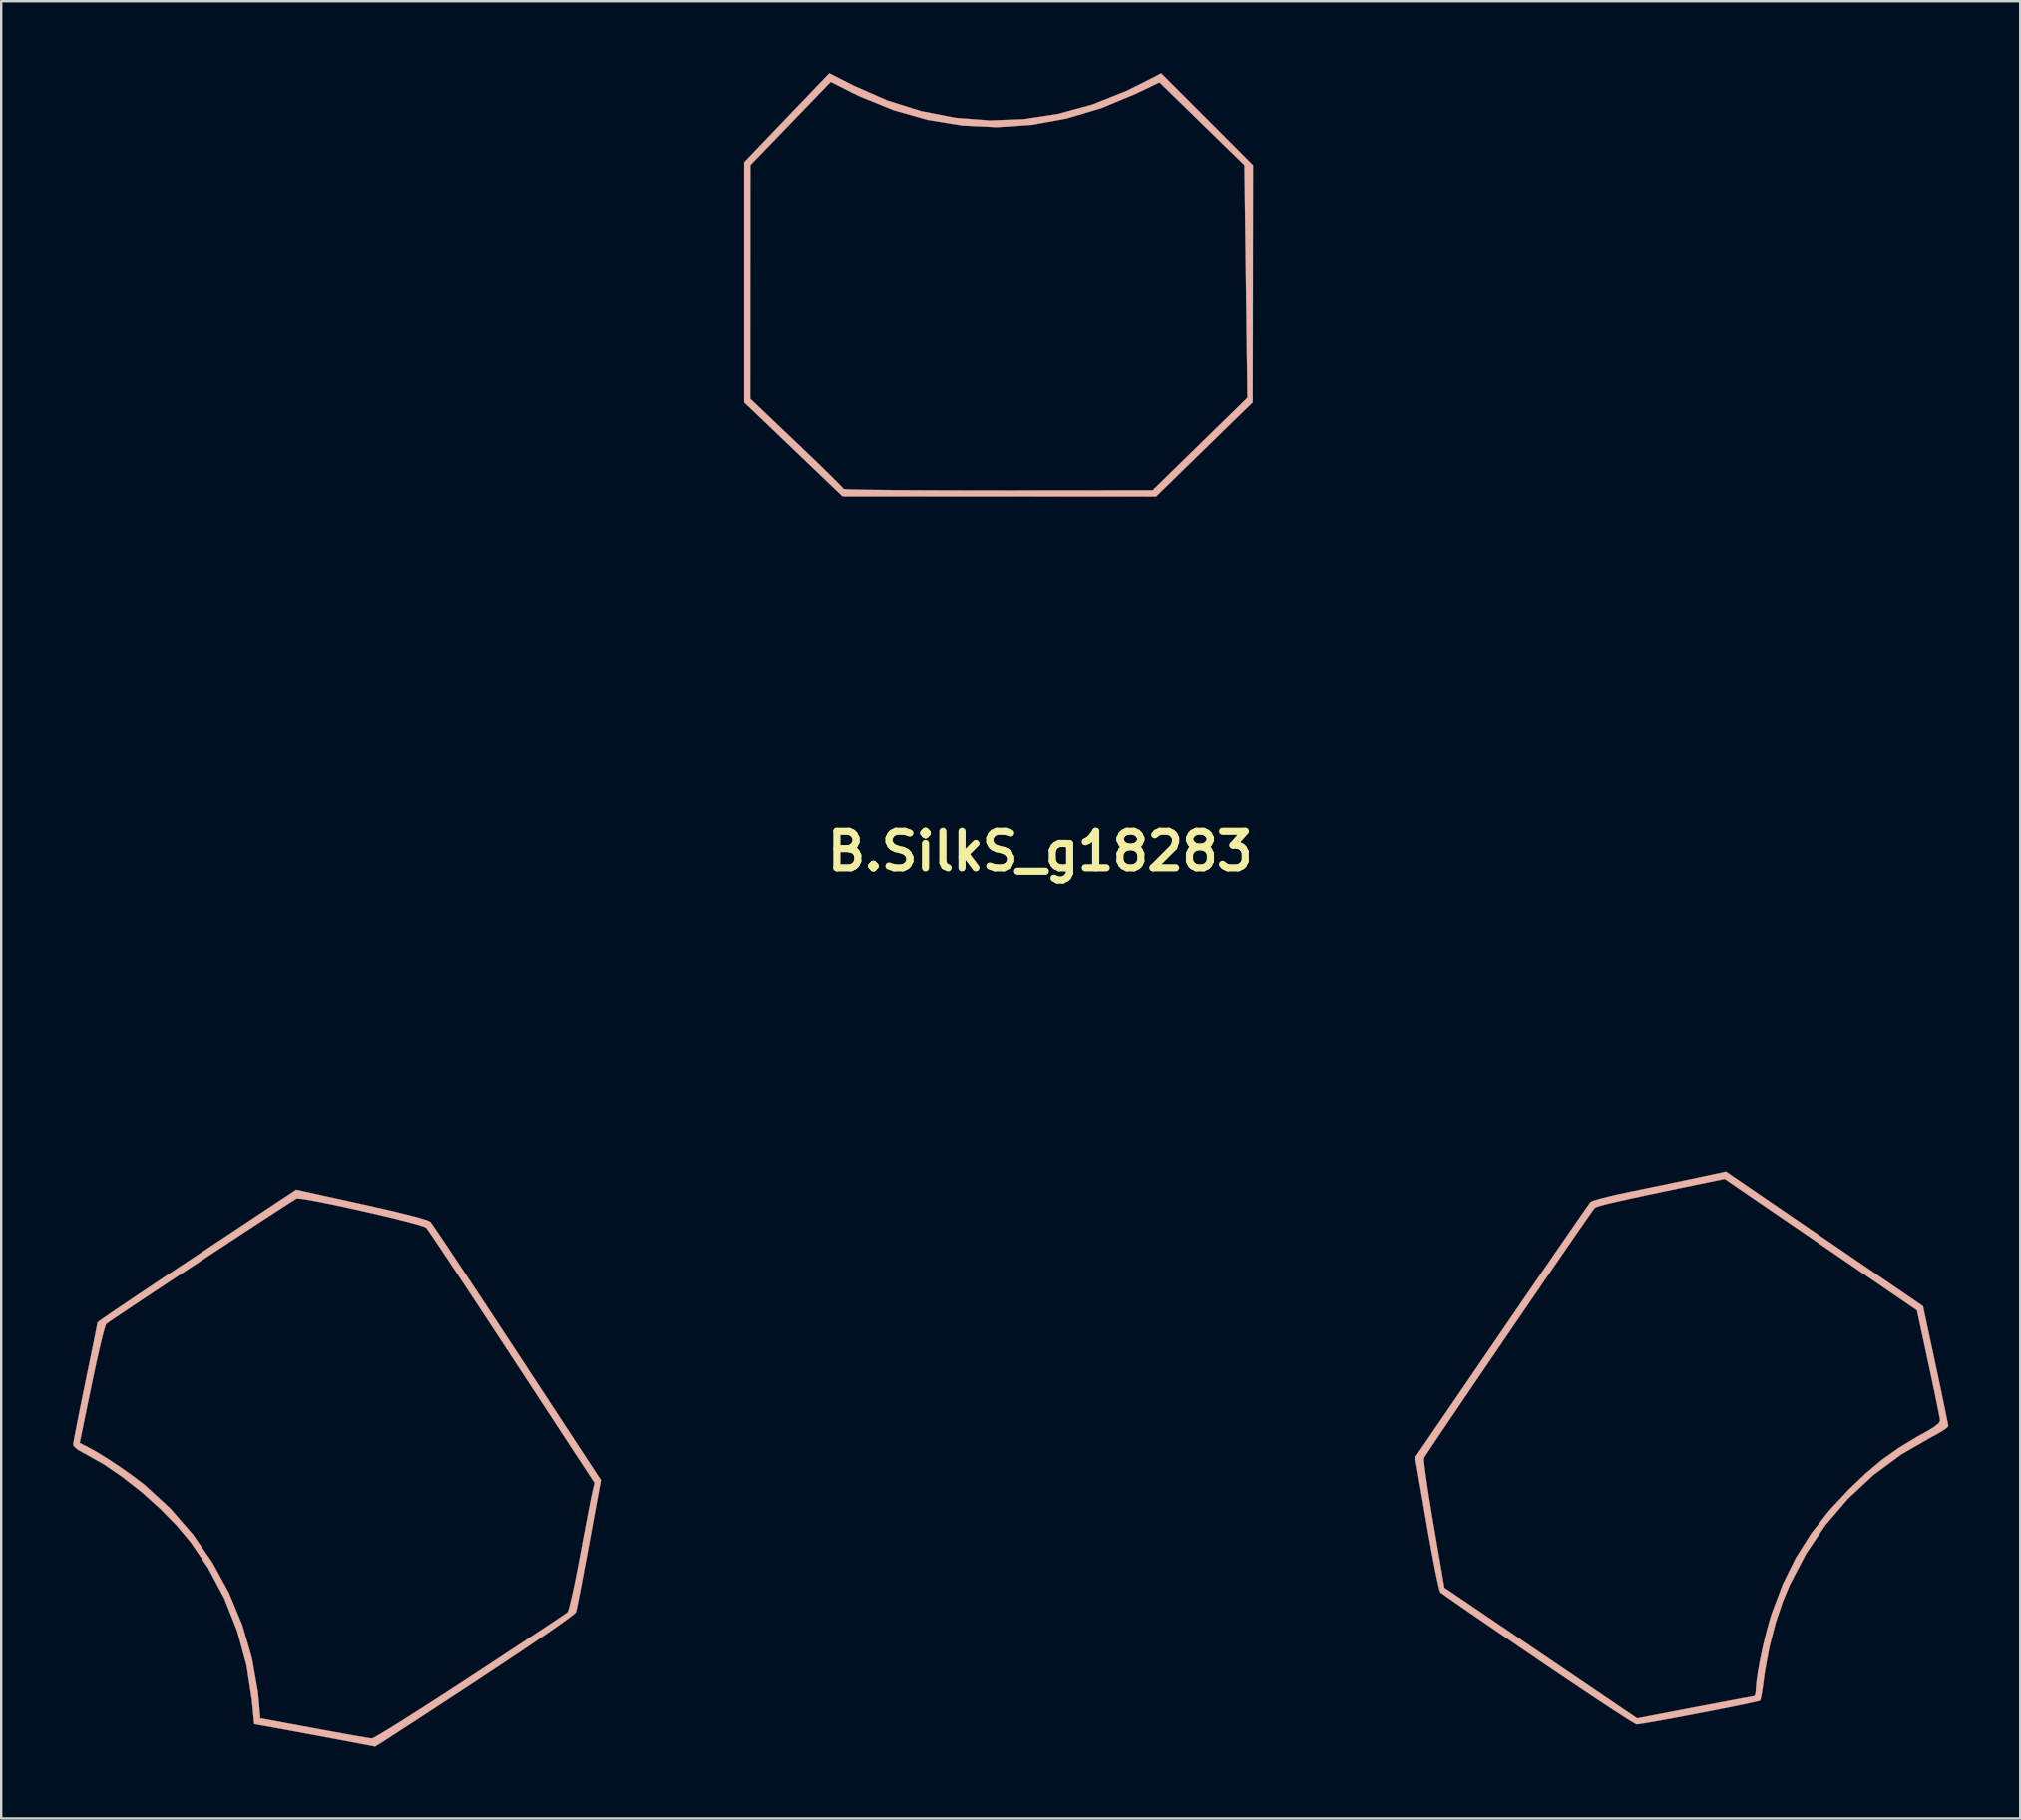
<source format=kicad_pcb>
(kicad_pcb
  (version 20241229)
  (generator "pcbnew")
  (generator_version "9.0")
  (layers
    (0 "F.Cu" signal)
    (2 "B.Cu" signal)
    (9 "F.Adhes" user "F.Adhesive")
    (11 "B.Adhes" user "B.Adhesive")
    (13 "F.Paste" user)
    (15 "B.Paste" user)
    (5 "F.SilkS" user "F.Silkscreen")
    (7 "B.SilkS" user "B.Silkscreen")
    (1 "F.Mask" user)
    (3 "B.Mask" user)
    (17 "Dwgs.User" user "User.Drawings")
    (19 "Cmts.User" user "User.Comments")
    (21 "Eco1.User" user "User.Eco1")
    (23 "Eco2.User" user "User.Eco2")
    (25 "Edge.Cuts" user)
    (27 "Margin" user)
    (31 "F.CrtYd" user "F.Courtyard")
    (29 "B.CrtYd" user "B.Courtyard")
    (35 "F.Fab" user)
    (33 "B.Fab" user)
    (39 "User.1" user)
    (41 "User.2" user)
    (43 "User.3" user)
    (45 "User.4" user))
  (footprint "B.SilkS_g18283"
    (layer "F.Cu")
    (at 40.391 32.499)
    (property "Reference" "B.SilkS_g18283" (at 0 0 0) (layer "F.SilkS") (effects (font (size 1.524 1.524) (thickness 0.3))))
    (attr through_hole)
    (fp_poly (pts (xy -7.77 -31.969) (xy -6.382 -31.359) (xy -4.971 -30.915) (xy -3.544 -30.637) (xy -2.108 -30.525) (xy -0.672 -30.58) (xy 0.758 -30.801) (xy 2.173 -31.188) (xy 3.567 -31.741) (xy 4.092 -31.997) (xy 5.059 -32.492) (xy 6.975 -30.575) (xy 8.89 -28.658) (xy 8.884 -23.706) (xy 8.878 -18.754) (xy 4.842 -14.817) (xy -8.255 -14.825) (xy -10.308 -16.788) (xy -12.361 -18.751) (xy -12.361 -18.904) (xy -12.107 -18.904) (xy -10.16 -17.051) (xy -9.684 -16.597) (xy -9.251 -16.179) (xy -8.874 -15.812) (xy -8.568 -15.51) (xy -8.349 -15.288) (xy -8.23 -15.16) (xy -8.213 -15.135) (xy -8.13 -15.125) (xy -7.891 -15.115) (xy -7.509 -15.106) (xy -6.996 -15.098) (xy -6.366 -15.091) (xy -5.632 -15.085) (xy -4.806 -15.081) (xy -3.902 -15.077) (xy -2.932 -15.075) (xy -1.91 -15.075) (xy -1.757 -15.075) (xy 4.699 -15.08) (xy 6.677 -17.012) (xy 8.655 -18.945) (xy 8.592 -23.802) (xy 8.529 -28.66) (xy 6.759 -30.386) (xy 4.988 -32.113) (xy 3.997 -31.639) (xy 2.558 -31.04) (xy 1.108 -30.607) (xy -0.348 -30.342) (xy -1.804 -30.244) (xy -3.256 -30.313) (xy -4.697 -30.549) (xy -6.122 -30.953) (xy -7.526 -31.523) (xy -7.9 -31.705) (xy -8.749 -32.134) (xy -12.101 -28.66) (xy -12.104 -23.782) (xy -12.107 -18.904) (xy -12.361 -18.904) (xy -12.361 -28.782) (xy -10.585 -30.638) (xy -8.808 -32.494) (xy -7.77 -31.969)) (stroke (width 0.01) (type solid)) (fill yes) (layer "B.SilkS"))
    (fp_poly (pts (xy 36.872 19.019) (xy 37.398 21.469) (xy 37.531 22.093) (xy 37.652 22.665) (xy 37.756 23.164) (xy 37.839 23.569) (xy 37.897 23.857) (xy 37.925 24.008) (xy 37.927 24.023) (xy 37.858 24.105) (xy 37.669 24.236) (xy 37.394 24.395) (xy 37.232 24.479) (xy 35.964 25.209) (xy 34.797 26.073) (xy 33.739 27.059) (xy 32.798 28.158) (xy 31.985 29.361) (xy 31.307 30.658) (xy 31.019 31.345) (xy 30.714 32.251) (xy 30.458 33.249) (xy 30.269 34.262) (xy 30.223 34.601) (xy 30.174 34.96) (xy 30.127 35.254) (xy 30.086 35.444) (xy 30.068 35.492) (xy 29.975 35.521) (xy 29.741 35.575) (xy 29.391 35.651) (xy 28.948 35.742) (xy 28.437 35.844) (xy 27.885 35.952) (xy 27.315 36.062) (xy 26.752 36.169) (xy 26.222 36.268) (xy 25.748 36.354) (xy 25.356 36.422) (xy 25.071 36.468) (xy 24.918 36.487) (xy 24.907 36.487) (xy 24.813 36.44) (xy 24.591 36.306) (xy 24.257 36.092) (xy 23.821 35.809) (xy 23.298 35.464) (xy 22.7 35.066) (xy 22.04 34.624) (xy 21.331 34.146) (xy 20.787 33.777) (xy 20.052 33.275) (xy 19.357 32.801) (xy 18.715 32.361) (xy 18.14 31.966) (xy 17.645 31.624) (xy 17.241 31.344) (xy 16.942 31.134) (xy 16.762 31.005) (xy 16.712 30.966) (xy 16.674 30.86) (xy 16.613 30.607) (xy 16.532 30.228) (xy 16.436 29.743) (xy 16.329 29.174) (xy 16.214 28.539) (xy 16.137 28.097) (xy 15.665 25.363) (xy 16.03 25.363) (xy 16.031 25.479) (xy 16.058 25.74) (xy 16.109 26.125) (xy 16.181 26.614) (xy 16.271 27.183) (xy 16.374 27.813) (xy 16.43 28.141) (xy 16.884 30.777) (xy 20.908 33.507) (xy 21.644 34.007) (xy 22.337 34.477) (xy 22.974 34.909) (xy 23.543 35.295) (xy 24.031 35.626) (xy 24.427 35.894) (xy 24.716 36.09) (xy 24.888 36.207) (xy 24.933 36.237) (xy 25.013 36.221) (xy 25.239 36.178) (xy 25.589 36.111) (xy 26.044 36.023) (xy 26.583 35.919) (xy 27.184 35.804) (xy 27.347 35.772) (xy 27.965 35.654) (xy 28.529 35.547) (xy 29.017 35.454) (xy 29.409 35.381) (xy 29.682 35.331) (xy 29.815 35.308) (xy 29.824 35.307) (xy 29.869 35.233) (xy 29.887 35.06) (xy 29.911 34.733) (xy 29.975 34.285) (xy 30.072 33.758) (xy 30.192 33.193) (xy 30.328 32.631) (xy 30.47 32.115) (xy 30.559 31.832) (xy 31.018 30.624) (xy 31.559 29.529) (xy 32.202 28.51) (xy 32.971 27.532) (xy 33.779 26.667) (xy 34.483 25.997) (xy 35.155 25.434) (xy 35.848 24.941) (xy 36.612 24.478) (xy 36.936 24.299) (xy 37.297 24.088) (xy 37.517 23.92) (xy 37.587 23.805) (xy 37.569 23.688) (xy 37.519 23.428) (xy 37.442 23.049) (xy 37.344 22.573) (xy 37.228 22.025) (xy 37.1 21.429) (xy 36.618 19.193) (xy 32.602 16.445) (xy 28.587 13.698) (xy 27.946 13.83) (xy 26.905 14.045) (xy 26.02 14.23) (xy 25.278 14.387) (xy 24.668 14.518) (xy 24.179 14.627) (xy 23.8 14.715) (xy 23.519 14.785) (xy 23.326 14.841) (xy 23.208 14.884) (xy 23.156 14.915) (xy 23.085 15.009) (xy 22.93 15.229) (xy 22.698 15.561) (xy 22.4 15.992) (xy 22.045 16.508) (xy 21.641 17.096) (xy 21.198 17.742) (xy 20.725 18.433) (xy 20.231 19.155) (xy 19.725 19.895) (xy 19.218 20.64) (xy 18.717 21.375) (xy 18.232 22.088) (xy 17.772 22.765) (xy 17.347 23.393) (xy 16.965 23.957) (xy 16.636 24.445) (xy 16.369 24.843) (xy 16.174 25.138) (xy 16.058 25.316) (xy 16.03 25.363) (xy 15.665 25.363) (xy 15.66 25.333) (xy 19.271 20.054) (xy 19.851 19.205) (xy 20.406 18.395) (xy 20.927 17.636) (xy 21.407 16.938) (xy 21.837 16.313) (xy 22.211 15.771) (xy 22.52 15.324) (xy 22.757 14.983) (xy 22.915 14.759) (xy 22.985 14.663) (xy 22.987 14.661) (xy 23.1 14.609) (xy 23.352 14.533) (xy 23.714 14.44) (xy 24.16 14.335) (xy 24.662 14.228) (xy 24.691 14.222) (xy 25.298 14.098) (xy 25.949 13.963) (xy 26.588 13.83) (xy 27.156 13.71) (xy 27.466 13.644) (xy 28.643 13.391) (xy 36.872 19.019)) (stroke (width 0.01) (type solid)) (fill yes) (layer "B.SilkS"))
    (fp_poly (pts (xy -28.342 14.749) (xy -27.553 14.926) (xy -26.873 15.086) (xy -26.314 15.224) (xy -25.887 15.338) (xy -25.604 15.426) (xy -25.474 15.485) (xy -25.473 15.486) (xy -25.405 15.577) (xy -25.252 15.799) (xy -25.022 16.14) (xy -24.722 16.588) (xy -24.359 17.134) (xy -23.941 17.764) (xy -23.476 18.468) (xy -22.97 19.235) (xy -22.433 20.053) (xy -21.87 20.911) (xy -21.843 20.953) (xy -18.352 26.284) (xy -18.842 28.954) (xy -18.963 29.611) (xy -19.078 30.221) (xy -19.181 30.762) (xy -19.269 31.212) (xy -19.337 31.549) (xy -19.382 31.753) (xy -19.395 31.799) (xy -19.479 31.883) (xy -19.698 32.053) (xy -20.045 32.303) (xy -20.512 32.629) (xy -21.091 33.026) (xy -21.775 33.487) (xy -22.556 34.008) (xy -23.427 34.583) (xy -23.602 34.699) (xy -24.354 35.192) (xy -25.064 35.657) (xy -25.717 36.085) (xy -26.304 36.467) (xy -26.809 36.795) (xy -27.222 37.062) (xy -27.53 37.26) (xy -27.72 37.379) (xy -27.78 37.413) (xy -27.869 37.395) (xy -28.1 37.351) (xy -28.446 37.286) (xy -28.883 37.203) (xy -29.385 37.109) (xy -29.506 37.086) (xy -30.087 36.977) (xy -30.672 36.868) (xy -31.219 36.767) (xy -31.684 36.681) (xy -32.012 36.622) (xy -32.824 36.476) (xy -32.921 35.479) (xy -33.147 34.015) (xy -33.533 32.595) (xy -34.071 31.233) (xy -34.758 29.942) (xy -35.472 28.889) (xy -36.053 28.192) (xy -36.743 27.487) (xy -37.504 26.804) (xy -38.299 26.176) (xy -39.092 25.632) (xy -39.845 25.205) (xy -39.899 25.178) (xy -40.19 25.015) (xy -40.356 24.872) (xy -40.386 24.801) (xy -40.376 24.729) (xy -40.113 24.729) (xy -39.763 24.906) (xy -39.378 25.12) (xy -38.91 25.41) (xy -38.404 25.746) (xy -37.908 26.097) (xy -37.469 26.43) (xy -37.37 26.509) (xy -36.32 27.474) (xy -35.381 28.558) (xy -34.562 29.741) (xy -33.873 31.008) (xy -33.321 32.34) (xy -32.918 33.72) (xy -32.671 35.131) (xy -32.63 35.537) (xy -32.573 36.234) (xy -32.309 36.282) (xy -32.153 36.311) (xy -31.857 36.366) (xy -31.449 36.442) (xy -30.955 36.533) (xy -30.403 36.635) (xy -30.057 36.7) (xy -29.49 36.804) (xy -28.973 36.897) (xy -28.531 36.976) (xy -28.188 37.034) (xy -27.971 37.069) (xy -27.91 37.076) (xy -27.812 37.032) (xy -27.586 36.903) (xy -27.245 36.698) (xy -26.803 36.424) (xy -26.273 36.089) (xy -25.669 35.704) (xy -25.003 35.275) (xy -24.289 34.811) (xy -23.804 34.493) (xy -23.066 34.009) (xy -22.37 33.551) (xy -21.727 33.127) (xy -21.152 32.746) (xy -20.658 32.418) (xy -20.257 32.15) (xy -19.963 31.952) (xy -19.789 31.832) (xy -19.746 31.8) (xy -19.702 31.692) (xy -19.634 31.44) (xy -19.547 31.067) (xy -19.446 30.596) (xy -19.336 30.05) (xy -19.223 29.458) (xy -19.108 28.84) (xy -18.998 28.256) (xy -18.898 27.732) (xy -18.814 27.297) (xy -18.751 26.976) (xy -18.715 26.809) (xy -18.622 26.397) (xy -22.064 21.136) (xy -22.624 20.282) (xy -23.159 19.467) (xy -23.661 18.703) (xy -24.124 18.001) (xy -24.54 17.373) (xy -24.901 16.83) (xy -25.199 16.383) (xy -25.428 16.044) (xy -25.579 15.825) (xy -25.644 15.736) (xy -25.759 15.684) (xy -26.014 15.605) (xy -26.386 15.503) (xy -26.849 15.385) (xy -27.379 15.257) (xy -27.95 15.123) (xy -28.539 14.99) (xy -29.119 14.863) (xy -29.667 14.748) (xy -30.157 14.65) (xy -30.564 14.574) (xy -30.865 14.527) (xy -31.033 14.514) (xy -31.054 14.518) (xy -31.146 14.572) (xy -31.363 14.71) (xy -31.69 14.92) (xy -32.11 15.194) (xy -32.609 15.519) (xy -33.169 15.886) (xy -33.777 16.285) (xy -34.414 16.704) (xy -35.067 17.134) (xy -35.719 17.564) (xy -36.354 17.984) (xy -36.957 18.383) (xy -37.511 18.752) (xy -38.002 19.079) (xy -38.413 19.354) (xy -38.728 19.567) (xy -38.932 19.707) (xy -39.007 19.762) (xy -39.05 19.866) (xy -39.12 20.114) (xy -39.213 20.485) (xy -39.324 20.958) (xy -39.447 21.511) (xy -39.576 22.121) (xy -39.612 22.292) (xy -40.113 24.729) (xy -40.376 24.729) (xy -40.369 24.685) (xy -40.322 24.425) (xy -40.249 24.044) (xy -40.154 23.562) (xy -40.042 23.003) (xy -39.916 22.387) (xy -39.878 22.204) (xy -39.75 21.582) (xy -39.633 21.014) (xy -39.533 20.522) (xy -39.453 20.127) (xy -39.398 19.849) (xy -39.372 19.709) (xy -39.37 19.697) (xy -39.301 19.643) (xy -39.104 19.504) (xy -38.79 19.288) (xy -38.371 19.003) (xy -37.861 18.659) (xy -37.271 18.263) (xy -36.614 17.824) (xy -35.902 17.35) (xy -35.221 16.898) (xy -31.073 14.147) (xy -28.342 14.749)) (stroke (width 0.01) (type solid)) (fill yes) (layer "B.SilkS")))
  (gr_rect
    (start -3 -3)
    (end 81.323 72.917)
    (stroke (width 0.1) (type default))
    (fill no)
    (layer "Edge.Cuts")))
</source>
